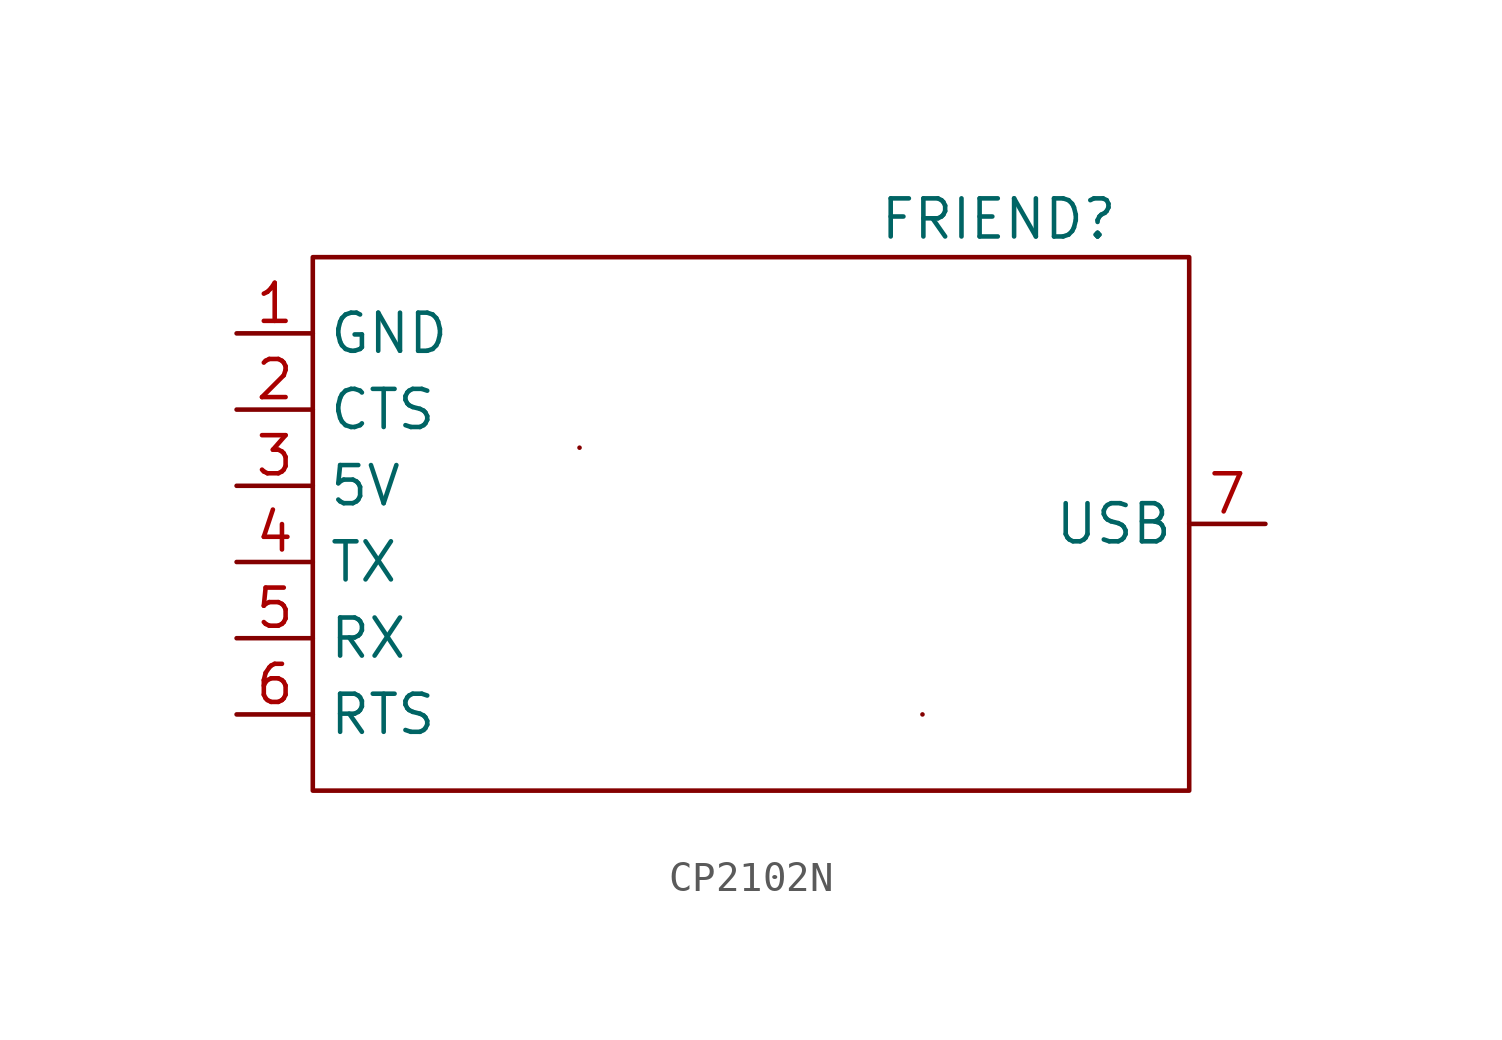
<source format=kicad_sym>
(kicad_symbol_lib
  (version 20220914)
  (generator kicad_symbol_editor)
  (symbol "CP2102N"
    (property "Reference" "FRIEND"
      (at 8.89 10.16 0)
      (effects (font (size 1.27 1.27))))
    (property "Value" ""
      (at 0 0 0)
      (effects (font (size 1.27 1.27))))
    (symbol "CP2102N_0_1"
      (rectangle (start -5.08 2.54) (end -5.08 2.54) (stroke (width 0) (type default)) (fill (type none)))
      (rectangle (start 6.35 -6.35) (end 6.35 -6.35) (stroke (width 0) (type default)) (fill (type none))))
    (symbol "CP2102N_1_1"
      (rectangle (start -13.97 8.89) (end 15.24 -8.89) (stroke (width 0) (type default)) (fill (type none)))
      (rectangle (start -13.97 11.43) (end 15.24 -6.35) (stroke (width -0.0001) (type default)) (fill (type none)))
      (pin power_in line (at -16.51 6.35 0) (length 2.54) (name "GND" (effects (font (size 1.27 1.27)))) (number "1" (effects (font (size 1.27 1.27)))))
      (pin input line (at -16.51 3.81 0) (length 2.54) (name "CTS" (effects (font (size 1.27 1.27)))) (number "2" (effects (font (size 1.27 1.27)))))
      (pin power_in line (at -16.51 1.27 0) (length 2.54) (name "5V" (effects (font (size 1.27 1.27)))) (number "3" (effects (font (size 1.27 1.27)))))
      (pin input line (at -16.51 -1.27 0) (length 2.54) (name "TX" (effects (font (size 1.27 1.27)))) (number "4" (effects (font (size 1.27 1.27)))))
      (pin output line (at -16.51 -3.81 0) (length 2.54) (name "RX" (effects (font (size 1.27 1.27)))) (number "5" (effects (font (size 1.27 1.27)))))
      (pin output line (at -16.51 -6.35 0) (length 2.54) (name "RTS" (effects (font (size 1.27 1.27)))) (number "6" (effects (font (size 1.27 1.27)))))
      (pin bidirectional line (at 17.78 0 180) (length 2.54) (name "USB" (effects (font (size 1.27 1.27)))) (number "7" (effects (font (size 1.27 1.27))))))))
</source>
